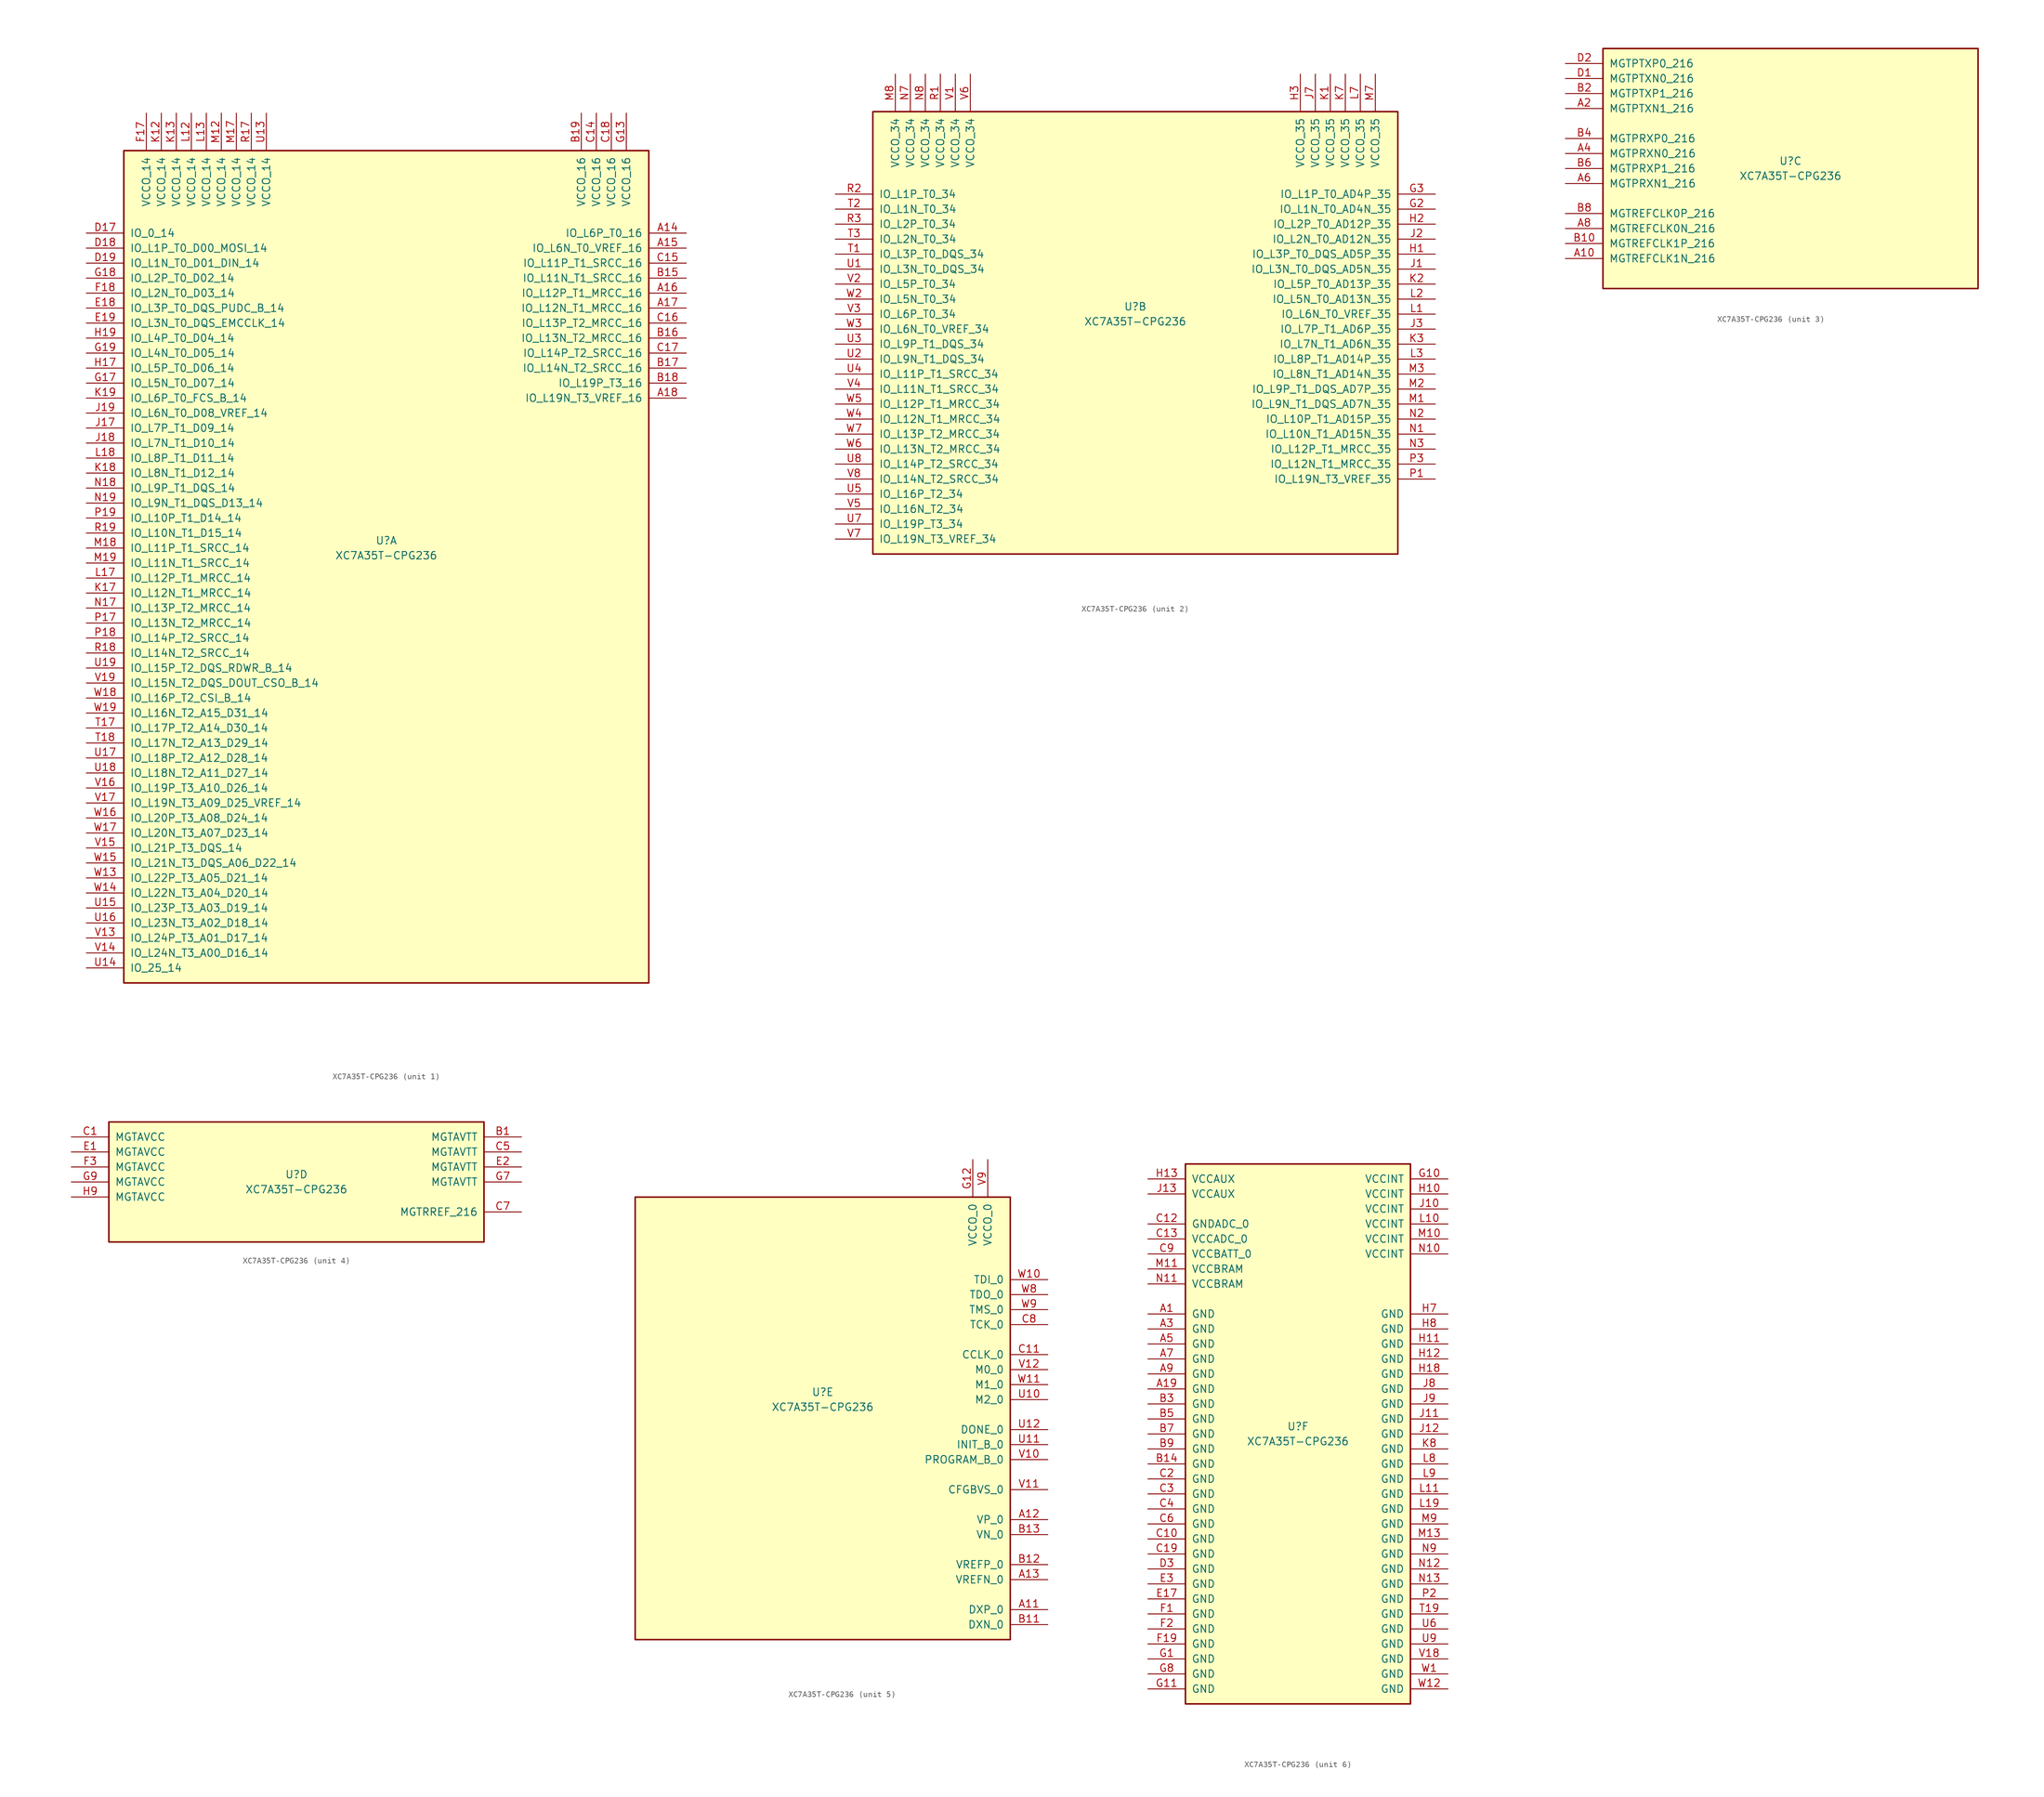
<source format=kicad_sym>
(kicad_symbol_lib
  (version 20231120)
  (generator "kicad_symbol_editor")
  (generator_version "8.0")
  (symbol "XC7A35T-CPG236"
    (pin_names
      (offset 1.016))
    (property "Reference" "U"
      (at 0 1.27 0)
      (effects (font (size 1.27 1.27))))
    (property "Value" "XC7A35T-CPG236"
      (at 0 -1.27 0)
      (effects (font (size 1.27 1.27))))
    (property "Datasheet" ""
      (at 0 0 0)
      (effects (font (size 1.27 1.27))))
    (property "ki_locked" ""
      (at 0 0 0)
      (effects (font (size 1.27 1.27))))
    (symbol "XC7A35T-CPG236_1_1"
      (rectangle (start -44.45 67.31) (end 44.45 -73.66) (stroke (width 0.254) (type default)) (fill (type background)))
      (pin bidirectional line (at 50.8 53.34 180) (length 6.35) (name "IO_L6P_T0_16" (effects (font (size 1.27 1.27)))) (number "A14" (effects (font (size 1.27 1.27)))))
      (pin bidirectional line (at 50.8 50.8 180) (length 6.35) (name "IO_L6N_T0_VREF_16" (effects (font (size 1.27 1.27)))) (number "A15" (effects (font (size 1.27 1.27)))))
      (pin bidirectional line (at 50.8 43.18 180) (length 6.35) (name "IO_L12P_T1_MRCC_16" (effects (font (size 1.27 1.27)))) (number "A16" (effects (font (size 1.27 1.27)))))
      (pin bidirectional line (at 50.8 40.64 180) (length 6.35) (name "IO_L12N_T1_MRCC_16" (effects (font (size 1.27 1.27)))) (number "A17" (effects (font (size 1.27 1.27)))))
      (pin bidirectional line (at 50.8 25.4 180) (length 6.35) (name "IO_L19N_T3_VREF_16" (effects (font (size 1.27 1.27)))) (number "A18" (effects (font (size 1.27 1.27)))))
      (pin bidirectional line (at 50.8 45.72 180) (length 6.35) (name "IO_L11N_T1_SRCC_16" (effects (font (size 1.27 1.27)))) (number "B15" (effects (font (size 1.27 1.27)))))
      (pin bidirectional line (at 50.8 35.56 180) (length 6.35) (name "IO_L13N_T2_MRCC_16" (effects (font (size 1.27 1.27)))) (number "B16" (effects (font (size 1.27 1.27)))))
      (pin bidirectional line (at 50.8 30.48 180) (length 6.35) (name "IO_L14N_T2_SRCC_16" (effects (font (size 1.27 1.27)))) (number "B17" (effects (font (size 1.27 1.27)))))
      (pin bidirectional line (at 50.8 27.94 180) (length 6.35) (name "IO_L19P_T3_16" (effects (font (size 1.27 1.27)))) (number "B18" (effects (font (size 1.27 1.27)))))
      (pin power_in line (at 33.02 73.66 270) (length 6.35) (name "VCCO_16" (effects (font (size 1.27 1.27)))) (number "B19" (effects (font (size 1.27 1.27)))))
      (pin power_in line (at 35.56 73.66 270) (length 6.35) (name "VCCO_16" (effects (font (size 1.27 1.27)))) (number "C14" (effects (font (size 1.27 1.27)))))
      (pin bidirectional line (at 50.8 48.26 180) (length 6.35) (name "IO_L11P_T1_SRCC_16" (effects (font (size 1.27 1.27)))) (number "C15" (effects (font (size 1.27 1.27)))))
      (pin bidirectional line (at 50.8 38.1 180) (length 6.35) (name "IO_L13P_T2_MRCC_16" (effects (font (size 1.27 1.27)))) (number "C16" (effects (font (size 1.27 1.27)))))
      (pin bidirectional line (at 50.8 33.02 180) (length 6.35) (name "IO_L14P_T2_SRCC_16" (effects (font (size 1.27 1.27)))) (number "C17" (effects (font (size 1.27 1.27)))))
      (pin power_in line (at 38.1 73.66 270) (length 6.35) (name "VCCO_16" (effects (font (size 1.27 1.27)))) (number "C18" (effects (font (size 1.27 1.27)))))
      (pin bidirectional line (at -50.8 53.34 0) (length 6.35) (name "IO_0_14" (effects (font (size 1.27 1.27)))) (number "D17" (effects (font (size 1.27 1.27)))))
      (pin bidirectional line (at -50.8 50.8 0) (length 6.35) (name "IO_L1P_T0_D00_MOSI_14" (effects (font (size 1.27 1.27)))) (number "D18" (effects (font (size 1.27 1.27)))))
      (pin bidirectional line (at -50.8 48.26 0) (length 6.35) (name "IO_L1N_T0_D01_DIN_14" (effects (font (size 1.27 1.27)))) (number "D19" (effects (font (size 1.27 1.27)))))
      (pin bidirectional line (at -50.8 40.64 0) (length 6.35) (name "IO_L3P_T0_DQS_PUDC_B_14" (effects (font (size 1.27 1.27)))) (number "E18" (effects (font (size 1.27 1.27)))))
      (pin bidirectional line (at -50.8 38.1 0) (length 6.35) (name "IO_L3N_T0_DQS_EMCCLK_14" (effects (font (size 1.27 1.27)))) (number "E19" (effects (font (size 1.27 1.27)))))
      (pin power_in line (at -40.64 73.66 270) (length 6.35) (name "VCCO_14" (effects (font (size 1.27 1.27)))) (number "F17" (effects (font (size 1.27 1.27)))))
      (pin bidirectional line (at -50.8 43.18 0) (length 6.35) (name "IO_L2N_T0_D03_14" (effects (font (size 1.27 1.27)))) (number "F18" (effects (font (size 1.27 1.27)))))
      (pin power_in line (at 40.64 73.66 270) (length 6.35) (name "VCCO_16" (effects (font (size 1.27 1.27)))) (number "G13" (effects (font (size 1.27 1.27)))))
      (pin bidirectional line (at -50.8 27.94 0) (length 6.35) (name "IO_L5N_T0_D07_14" (effects (font (size 1.27 1.27)))) (number "G17" (effects (font (size 1.27 1.27)))))
      (pin bidirectional line (at -50.8 45.72 0) (length 6.35) (name "IO_L2P_T0_D02_14" (effects (font (size 1.27 1.27)))) (number "G18" (effects (font (size 1.27 1.27)))))
      (pin bidirectional line (at -50.8 33.02 0) (length 6.35) (name "IO_L4N_T0_D05_14" (effects (font (size 1.27 1.27)))) (number "G19" (effects (font (size 1.27 1.27)))))
      (pin bidirectional line (at -50.8 30.48 0) (length 6.35) (name "IO_L5P_T0_D06_14" (effects (font (size 1.27 1.27)))) (number "H17" (effects (font (size 1.27 1.27)))))
      (pin bidirectional line (at -50.8 35.56 0) (length 6.35) (name "IO_L4P_T0_D04_14" (effects (font (size 1.27 1.27)))) (number "H19" (effects (font (size 1.27 1.27)))))
      (pin bidirectional line (at -50.8 20.32 0) (length 6.35) (name "IO_L7P_T1_D09_14" (effects (font (size 1.27 1.27)))) (number "J17" (effects (font (size 1.27 1.27)))))
      (pin bidirectional line (at -50.8 17.78 0) (length 6.35) (name "IO_L7N_T1_D10_14" (effects (font (size 1.27 1.27)))) (number "J18" (effects (font (size 1.27 1.27)))))
      (pin bidirectional line (at -50.8 22.86 0) (length 6.35) (name "IO_L6N_T0_D08_VREF_14" (effects (font (size 1.27 1.27)))) (number "J19" (effects (font (size 1.27 1.27)))))
      (pin power_in line (at -38.1 73.66 270) (length 6.35) (name "VCCO_14" (effects (font (size 1.27 1.27)))) (number "K12" (effects (font (size 1.27 1.27)))))
      (pin power_in line (at -35.56 73.66 270) (length 6.35) (name "VCCO_14" (effects (font (size 1.27 1.27)))) (number "K13" (effects (font (size 1.27 1.27)))))
      (pin bidirectional line (at -50.8 -7.62 0) (length 6.35) (name "IO_L12N_T1_MRCC_14" (effects (font (size 1.27 1.27)))) (number "K17" (effects (font (size 1.27 1.27)))))
      (pin bidirectional line (at -50.8 12.7 0) (length 6.35) (name "IO_L8N_T1_D12_14" (effects (font (size 1.27 1.27)))) (number "K18" (effects (font (size 1.27 1.27)))))
      (pin bidirectional line (at -50.8 25.4 0) (length 6.35) (name "IO_L6P_T0_FCS_B_14" (effects (font (size 1.27 1.27)))) (number "K19" (effects (font (size 1.27 1.27)))))
      (pin power_in line (at -33.02 73.66 270) (length 6.35) (name "VCCO_14" (effects (font (size 1.27 1.27)))) (number "L12" (effects (font (size 1.27 1.27)))))
      (pin power_in line (at -30.48 73.66 270) (length 6.35) (name "VCCO_14" (effects (font (size 1.27 1.27)))) (number "L13" (effects (font (size 1.27 1.27)))))
      (pin bidirectional line (at -50.8 -5.08 0) (length 6.35) (name "IO_L12P_T1_MRCC_14" (effects (font (size 1.27 1.27)))) (number "L17" (effects (font (size 1.27 1.27)))))
      (pin bidirectional line (at -50.8 15.24 0) (length 6.35) (name "IO_L8P_T1_D11_14" (effects (font (size 1.27 1.27)))) (number "L18" (effects (font (size 1.27 1.27)))))
      (pin power_in line (at -27.94 73.66 270) (length 6.35) (name "VCCO_14" (effects (font (size 1.27 1.27)))) (number "M12" (effects (font (size 1.27 1.27)))))
      (pin power_in line (at -25.4 73.66 270) (length 6.35) (name "VCCO_14" (effects (font (size 1.27 1.27)))) (number "M17" (effects (font (size 1.27 1.27)))))
      (pin bidirectional line (at -50.8 0 0) (length 6.35) (name "IO_L11P_T1_SRCC_14" (effects (font (size 1.27 1.27)))) (number "M18" (effects (font (size 1.27 1.27)))))
      (pin bidirectional line (at -50.8 -2.54 0) (length 6.35) (name "IO_L11N_T1_SRCC_14" (effects (font (size 1.27 1.27)))) (number "M19" (effects (font (size 1.27 1.27)))))
      (pin bidirectional line (at -50.8 -10.16 0) (length 6.35) (name "IO_L13P_T2_MRCC_14" (effects (font (size 1.27 1.27)))) (number "N17" (effects (font (size 1.27 1.27)))))
      (pin bidirectional line (at -50.8 10.16 0) (length 6.35) (name "IO_L9P_T1_DQS_14" (effects (font (size 1.27 1.27)))) (number "N18" (effects (font (size 1.27 1.27)))))
      (pin bidirectional line (at -50.8 7.62 0) (length 6.35) (name "IO_L9N_T1_DQS_D13_14" (effects (font (size 1.27 1.27)))) (number "N19" (effects (font (size 1.27 1.27)))))
      (pin bidirectional line (at -50.8 -12.7 0) (length 6.35) (name "IO_L13N_T2_MRCC_14" (effects (font (size 1.27 1.27)))) (number "P17" (effects (font (size 1.27 1.27)))))
      (pin bidirectional line (at -50.8 -15.24 0) (length 6.35) (name "IO_L14P_T2_SRCC_14" (effects (font (size 1.27 1.27)))) (number "P18" (effects (font (size 1.27 1.27)))))
      (pin bidirectional line (at -50.8 5.08 0) (length 6.35) (name "IO_L10P_T1_D14_14" (effects (font (size 1.27 1.27)))) (number "P19" (effects (font (size 1.27 1.27)))))
      (pin power_in line (at -22.86 73.66 270) (length 6.35) (name "VCCO_14" (effects (font (size 1.27 1.27)))) (number "R17" (effects (font (size 1.27 1.27)))))
      (pin bidirectional line (at -50.8 -17.78 0) (length 6.35) (name "IO_L14N_T2_SRCC_14" (effects (font (size 1.27 1.27)))) (number "R18" (effects (font (size 1.27 1.27)))))
      (pin bidirectional line (at -50.8 2.54 0) (length 6.35) (name "IO_L10N_T1_D15_14" (effects (font (size 1.27 1.27)))) (number "R19" (effects (font (size 1.27 1.27)))))
      (pin bidirectional line (at -50.8 -30.48 0) (length 6.35) (name "IO_L17P_T2_A14_D30_14" (effects (font (size 1.27 1.27)))) (number "T17" (effects (font (size 1.27 1.27)))))
      (pin bidirectional line (at -50.8 -33.02 0) (length 6.35) (name "IO_L17N_T2_A13_D29_14" (effects (font (size 1.27 1.27)))) (number "T18" (effects (font (size 1.27 1.27)))))
      (pin power_in line (at -20.32 73.66 270) (length 6.35) (name "VCCO_14" (effects (font (size 1.27 1.27)))) (number "U13" (effects (font (size 1.27 1.27)))))
      (pin bidirectional line (at -50.8 -71.12 0) (length 6.35) (name "IO_25_14" (effects (font (size 1.27 1.27)))) (number "U14" (effects (font (size 1.27 1.27)))))
      (pin bidirectional line (at -50.8 -60.96 0) (length 6.35) (name "IO_L23P_T3_A03_D19_14" (effects (font (size 1.27 1.27)))) (number "U15" (effects (font (size 1.27 1.27)))))
      (pin bidirectional line (at -50.8 -63.5 0) (length 6.35) (name "IO_L23N_T3_A02_D18_14" (effects (font (size 1.27 1.27)))) (number "U16" (effects (font (size 1.27 1.27)))))
      (pin bidirectional line (at -50.8 -35.56 0) (length 6.35) (name "IO_L18P_T2_A12_D28_14" (effects (font (size 1.27 1.27)))) (number "U17" (effects (font (size 1.27 1.27)))))
      (pin bidirectional line (at -50.8 -38.1 0) (length 6.35) (name "IO_L18N_T2_A11_D27_14" (effects (font (size 1.27 1.27)))) (number "U18" (effects (font (size 1.27 1.27)))))
      (pin bidirectional line (at -50.8 -20.32 0) (length 6.35) (name "IO_L15P_T2_DQS_RDWR_B_14" (effects (font (size 1.27 1.27)))) (number "U19" (effects (font (size 1.27 1.27)))))
      (pin bidirectional line (at -50.8 -66.04 0) (length 6.35) (name "IO_L24P_T3_A01_D17_14" (effects (font (size 1.27 1.27)))) (number "V13" (effects (font (size 1.27 1.27)))))
      (pin bidirectional line (at -50.8 -68.58 0) (length 6.35) (name "IO_L24N_T3_A00_D16_14" (effects (font (size 1.27 1.27)))) (number "V14" (effects (font (size 1.27 1.27)))))
      (pin bidirectional line (at -50.8 -50.8 0) (length 6.35) (name "IO_L21P_T3_DQS_14" (effects (font (size 1.27 1.27)))) (number "V15" (effects (font (size 1.27 1.27)))))
      (pin bidirectional line (at -50.8 -40.64 0) (length 6.35) (name "IO_L19P_T3_A10_D26_14" (effects (font (size 1.27 1.27)))) (number "V16" (effects (font (size 1.27 1.27)))))
      (pin bidirectional line (at -50.8 -43.18 0) (length 6.35) (name "IO_L19N_T3_A09_D25_VREF_14" (effects (font (size 1.27 1.27)))) (number "V17" (effects (font (size 1.27 1.27)))))
      (pin bidirectional line (at -50.8 -22.86 0) (length 6.35) (name "IO_L15N_T2_DQS_DOUT_CSO_B_14" (effects (font (size 1.27 1.27)))) (number "V19" (effects (font (size 1.27 1.27)))))
      (pin bidirectional line (at -50.8 -55.88 0) (length 6.35) (name "IO_L22P_T3_A05_D21_14" (effects (font (size 1.27 1.27)))) (number "W13" (effects (font (size 1.27 1.27)))))
      (pin bidirectional line (at -50.8 -58.42 0) (length 6.35) (name "IO_L22N_T3_A04_D20_14" (effects (font (size 1.27 1.27)))) (number "W14" (effects (font (size 1.27 1.27)))))
      (pin bidirectional line (at -50.8 -53.34 0) (length 6.35) (name "IO_L21N_T3_DQS_A06_D22_14" (effects (font (size 1.27 1.27)))) (number "W15" (effects (font (size 1.27 1.27)))))
      (pin bidirectional line (at -50.8 -45.72 0) (length 6.35) (name "IO_L20P_T3_A08_D24_14" (effects (font (size 1.27 1.27)))) (number "W16" (effects (font (size 1.27 1.27)))))
      (pin bidirectional line (at -50.8 -48.26 0) (length 6.35) (name "IO_L20N_T3_A07_D23_14" (effects (font (size 1.27 1.27)))) (number "W17" (effects (font (size 1.27 1.27)))))
      (pin bidirectional line (at -50.8 -25.4 0) (length 6.35) (name "IO_L16P_T2_CSI_B_14" (effects (font (size 1.27 1.27)))) (number "W18" (effects (font (size 1.27 1.27)))))
      (pin bidirectional line (at -50.8 -27.94 0) (length 6.35) (name "IO_L16N_T2_A15_D31_14" (effects (font (size 1.27 1.27)))) (number "W19" (effects (font (size 1.27 1.27))))))
    (symbol "XC7A35T-CPG236_2_1"
      (rectangle (start -44.45 34.29) (end 44.45 -40.64) (stroke (width 0.254) (type default)) (fill (type background)))
      (pin bidirectional line (at 50.8 17.78 180) (length 6.35) (name "IO_L1N_T0_AD4N_35" (effects (font (size 1.27 1.27)))) (number "G2" (effects (font (size 1.27 1.27)))))
      (pin bidirectional line (at 50.8 20.32 180) (length 6.35) (name "IO_L1P_T0_AD4P_35" (effects (font (size 1.27 1.27)))) (number "G3" (effects (font (size 1.27 1.27)))))
      (pin bidirectional line (at 50.8 10.16 180) (length 6.35) (name "IO_L3P_T0_DQS_AD5P_35" (effects (font (size 1.27 1.27)))) (number "H1" (effects (font (size 1.27 1.27)))))
      (pin bidirectional line (at 50.8 15.24 180) (length 6.35) (name "IO_L2P_T0_AD12P_35" (effects (font (size 1.27 1.27)))) (number "H2" (effects (font (size 1.27 1.27)))))
      (pin power_in line (at 27.94 40.64 270) (length 6.35) (name "VCCO_35" (effects (font (size 1.27 1.27)))) (number "H3" (effects (font (size 1.27 1.27)))))
      (pin bidirectional line (at 50.8 7.62 180) (length 6.35) (name "IO_L3N_T0_DQS_AD5N_35" (effects (font (size 1.27 1.27)))) (number "J1" (effects (font (size 1.27 1.27)))))
      (pin bidirectional line (at 50.8 12.7 180) (length 6.35) (name "IO_L2N_T0_AD12N_35" (effects (font (size 1.27 1.27)))) (number "J2" (effects (font (size 1.27 1.27)))))
      (pin bidirectional line (at 50.8 -2.54 180) (length 6.35) (name "IO_L7P_T1_AD6P_35" (effects (font (size 1.27 1.27)))) (number "J3" (effects (font (size 1.27 1.27)))))
      (pin power_in line (at 30.48 40.64 270) (length 6.35) (name "VCCO_35" (effects (font (size 1.27 1.27)))) (number "J7" (effects (font (size 1.27 1.27)))))
      (pin power_in line (at 33.02 40.64 270) (length 6.35) (name "VCCO_35" (effects (font (size 1.27 1.27)))) (number "K1" (effects (font (size 1.27 1.27)))))
      (pin bidirectional line (at 50.8 5.08 180) (length 6.35) (name "IO_L5P_T0_AD13P_35" (effects (font (size 1.27 1.27)))) (number "K2" (effects (font (size 1.27 1.27)))))
      (pin bidirectional line (at 50.8 -5.08 180) (length 6.35) (name "IO_L7N_T1_AD6N_35" (effects (font (size 1.27 1.27)))) (number "K3" (effects (font (size 1.27 1.27)))))
      (pin power_in line (at 35.56 40.64 270) (length 6.35) (name "VCCO_35" (effects (font (size 1.27 1.27)))) (number "K7" (effects (font (size 1.27 1.27)))))
      (pin bidirectional line (at 50.8 0 180) (length 6.35) (name "IO_L6N_T0_VREF_35" (effects (font (size 1.27 1.27)))) (number "L1" (effects (font (size 1.27 1.27)))))
      (pin bidirectional line (at 50.8 2.54 180) (length 6.35) (name "IO_L5N_T0_AD13N_35" (effects (font (size 1.27 1.27)))) (number "L2" (effects (font (size 1.27 1.27)))))
      (pin bidirectional line (at 50.8 -7.62 180) (length 6.35) (name "IO_L8P_T1_AD14P_35" (effects (font (size 1.27 1.27)))) (number "L3" (effects (font (size 1.27 1.27)))))
      (pin power_in line (at 38.1 40.64 270) (length 6.35) (name "VCCO_35" (effects (font (size 1.27 1.27)))) (number "L7" (effects (font (size 1.27 1.27)))))
      (pin bidirectional line (at 50.8 -15.24 180) (length 6.35) (name "IO_L9N_T1_DQS_AD7N_35" (effects (font (size 1.27 1.27)))) (number "M1" (effects (font (size 1.27 1.27)))))
      (pin bidirectional line (at 50.8 -12.7 180) (length 6.35) (name "IO_L9P_T1_DQS_AD7P_35" (effects (font (size 1.27 1.27)))) (number "M2" (effects (font (size 1.27 1.27)))))
      (pin bidirectional line (at 50.8 -10.16 180) (length 6.35) (name "IO_L8N_T1_AD14N_35" (effects (font (size 1.27 1.27)))) (number "M3" (effects (font (size 1.27 1.27)))))
      (pin power_in line (at 40.64 40.64 270) (length 6.35) (name "VCCO_35" (effects (font (size 1.27 1.27)))) (number "M7" (effects (font (size 1.27 1.27)))))
      (pin power_in line (at -40.64 40.64 270) (length 6.35) (name "VCCO_34" (effects (font (size 1.27 1.27)))) (number "M8" (effects (font (size 1.27 1.27)))))
      (pin bidirectional line (at 50.8 -20.32 180) (length 6.35) (name "IO_L10N_T1_AD15N_35" (effects (font (size 1.27 1.27)))) (number "N1" (effects (font (size 1.27 1.27)))))
      (pin bidirectional line (at 50.8 -17.78 180) (length 6.35) (name "IO_L10P_T1_AD15P_35" (effects (font (size 1.27 1.27)))) (number "N2" (effects (font (size 1.27 1.27)))))
      (pin bidirectional line (at 50.8 -22.86 180) (length 6.35) (name "IO_L12P_T1_MRCC_35" (effects (font (size 1.27 1.27)))) (number "N3" (effects (font (size 1.27 1.27)))))
      (pin power_in line (at -38.1 40.64 270) (length 6.35) (name "VCCO_34" (effects (font (size 1.27 1.27)))) (number "N7" (effects (font (size 1.27 1.27)))))
      (pin power_in line (at -35.56 40.64 270) (length 6.35) (name "VCCO_34" (effects (font (size 1.27 1.27)))) (number "N8" (effects (font (size 1.27 1.27)))))
      (pin bidirectional line (at 50.8 -27.94 180) (length 6.35) (name "IO_L19N_T3_VREF_35" (effects (font (size 1.27 1.27)))) (number "P1" (effects (font (size 1.27 1.27)))))
      (pin bidirectional line (at 50.8 -25.4 180) (length 6.35) (name "IO_L12N_T1_MRCC_35" (effects (font (size 1.27 1.27)))) (number "P3" (effects (font (size 1.27 1.27)))))
      (pin power_in line (at -33.02 40.64 270) (length 6.35) (name "VCCO_34" (effects (font (size 1.27 1.27)))) (number "R1" (effects (font (size 1.27 1.27)))))
      (pin bidirectional line (at -50.8 20.32 0) (length 6.35) (name "IO_L1P_T0_34" (effects (font (size 1.27 1.27)))) (number "R2" (effects (font (size 1.27 1.27)))))
      (pin bidirectional line (at -50.8 15.24 0) (length 6.35) (name "IO_L2P_T0_34" (effects (font (size 1.27 1.27)))) (number "R3" (effects (font (size 1.27 1.27)))))
      (pin bidirectional line (at -50.8 10.16 0) (length 6.35) (name "IO_L3P_T0_DQS_34" (effects (font (size 1.27 1.27)))) (number "T1" (effects (font (size 1.27 1.27)))))
      (pin bidirectional line (at -50.8 17.78 0) (length 6.35) (name "IO_L1N_T0_34" (effects (font (size 1.27 1.27)))) (number "T2" (effects (font (size 1.27 1.27)))))
      (pin bidirectional line (at -50.8 12.7 0) (length 6.35) (name "IO_L2N_T0_34" (effects (font (size 1.27 1.27)))) (number "T3" (effects (font (size 1.27 1.27)))))
      (pin bidirectional line (at -50.8 7.62 0) (length 6.35) (name "IO_L3N_T0_DQS_34" (effects (font (size 1.27 1.27)))) (number "U1" (effects (font (size 1.27 1.27)))))
      (pin bidirectional line (at -50.8 -7.62 0) (length 6.35) (name "IO_L9N_T1_DQS_34" (effects (font (size 1.27 1.27)))) (number "U2" (effects (font (size 1.27 1.27)))))
      (pin bidirectional line (at -50.8 -5.08 0) (length 6.35) (name "IO_L9P_T1_DQS_34" (effects (font (size 1.27 1.27)))) (number "U3" (effects (font (size 1.27 1.27)))))
      (pin bidirectional line (at -50.8 -10.16 0) (length 6.35) (name "IO_L11P_T1_SRCC_34" (effects (font (size 1.27 1.27)))) (number "U4" (effects (font (size 1.27 1.27)))))
      (pin bidirectional line (at -50.8 -30.48 0) (length 6.35) (name "IO_L16P_T2_34" (effects (font (size 1.27 1.27)))) (number "U5" (effects (font (size 1.27 1.27)))))
      (pin bidirectional line (at -50.8 -35.56 0) (length 6.35) (name "IO_L19P_T3_34" (effects (font (size 1.27 1.27)))) (number "U7" (effects (font (size 1.27 1.27)))))
      (pin bidirectional line (at -50.8 -25.4 0) (length 6.35) (name "IO_L14P_T2_SRCC_34" (effects (font (size 1.27 1.27)))) (number "U8" (effects (font (size 1.27 1.27)))))
      (pin power_in line (at -30.48 40.64 270) (length 6.35) (name "VCCO_34" (effects (font (size 1.27 1.27)))) (number "V1" (effects (font (size 1.27 1.27)))))
      (pin bidirectional line (at -50.8 5.08 0) (length 6.35) (name "IO_L5P_T0_34" (effects (font (size 1.27 1.27)))) (number "V2" (effects (font (size 1.27 1.27)))))
      (pin bidirectional line (at -50.8 0 0) (length 6.35) (name "IO_L6P_T0_34" (effects (font (size 1.27 1.27)))) (number "V3" (effects (font (size 1.27 1.27)))))
      (pin bidirectional line (at -50.8 -12.7 0) (length 6.35) (name "IO_L11N_T1_SRCC_34" (effects (font (size 1.27 1.27)))) (number "V4" (effects (font (size 1.27 1.27)))))
      (pin bidirectional line (at -50.8 -33.02 0) (length 6.35) (name "IO_L16N_T2_34" (effects (font (size 1.27 1.27)))) (number "V5" (effects (font (size 1.27 1.27)))))
      (pin power_in line (at -27.94 40.64 270) (length 6.35) (name "VCCO_34" (effects (font (size 1.27 1.27)))) (number "V6" (effects (font (size 1.27 1.27)))))
      (pin bidirectional line (at -50.8 -38.1 0) (length 6.35) (name "IO_L19N_T3_VREF_34" (effects (font (size 1.27 1.27)))) (number "V7" (effects (font (size 1.27 1.27)))))
      (pin bidirectional line (at -50.8 -27.94 0) (length 6.35) (name "IO_L14N_T2_SRCC_34" (effects (font (size 1.27 1.27)))) (number "V8" (effects (font (size 1.27 1.27)))))
      (pin bidirectional line (at -50.8 2.54 0) (length 6.35) (name "IO_L5N_T0_34" (effects (font (size 1.27 1.27)))) (number "W2" (effects (font (size 1.27 1.27)))))
      (pin bidirectional line (at -50.8 -2.54 0) (length 6.35) (name "IO_L6N_T0_VREF_34" (effects (font (size 1.27 1.27)))) (number "W3" (effects (font (size 1.27 1.27)))))
      (pin bidirectional line (at -50.8 -17.78 0) (length 6.35) (name "IO_L12N_T1_MRCC_34" (effects (font (size 1.27 1.27)))) (number "W4" (effects (font (size 1.27 1.27)))))
      (pin bidirectional line (at -50.8 -15.24 0) (length 6.35) (name "IO_L12P_T1_MRCC_34" (effects (font (size 1.27 1.27)))) (number "W5" (effects (font (size 1.27 1.27)))))
      (pin bidirectional line (at -50.8 -22.86 0) (length 6.35) (name "IO_L13N_T2_MRCC_34" (effects (font (size 1.27 1.27)))) (number "W6" (effects (font (size 1.27 1.27)))))
      (pin bidirectional line (at -50.8 -20.32 0) (length 6.35) (name "IO_L13P_T2_MRCC_34" (effects (font (size 1.27 1.27)))) (number "W7" (effects (font (size 1.27 1.27))))))
    (symbol "XC7A35T-CPG236_3_1"
      (rectangle (start -31.75 20.32) (end 31.75 -20.32) (stroke (width 0.254) (type default)) (fill (type background)))
      (pin bidirectional line (at -38.1 -15.24 0) (length 6.35) (name "MGTREFCLK1N_216" (effects (font (size 1.27 1.27)))) (number "A10" (effects (font (size 1.27 1.27)))))
      (pin bidirectional line (at -38.1 10.16 0) (length 6.35) (name "MGTPTXN1_216" (effects (font (size 1.27 1.27)))) (number "A2" (effects (font (size 1.27 1.27)))))
      (pin bidirectional line (at -38.1 2.54 0) (length 6.35) (name "MGTPRXN0_216" (effects (font (size 1.27 1.27)))) (number "A4" (effects (font (size 1.27 1.27)))))
      (pin bidirectional line (at -38.1 -2.54 0) (length 6.35) (name "MGTPRXN1_216" (effects (font (size 1.27 1.27)))) (number "A6" (effects (font (size 1.27 1.27)))))
      (pin bidirectional line (at -38.1 -10.16 0) (length 6.35) (name "MGTREFCLK0N_216" (effects (font (size 1.27 1.27)))) (number "A8" (effects (font (size 1.27 1.27)))))
      (pin bidirectional line (at -38.1 -12.7 0) (length 6.35) (name "MGTREFCLK1P_216" (effects (font (size 1.27 1.27)))) (number "B10" (effects (font (size 1.27 1.27)))))
      (pin bidirectional line (at -38.1 12.7 0) (length 6.35) (name "MGTPTXP1_216" (effects (font (size 1.27 1.27)))) (number "B2" (effects (font (size 1.27 1.27)))))
      (pin bidirectional line (at -38.1 5.08 0) (length 6.35) (name "MGTPRXP0_216" (effects (font (size 1.27 1.27)))) (number "B4" (effects (font (size 1.27 1.27)))))
      (pin bidirectional line (at -38.1 0 0) (length 6.35) (name "MGTPRXP1_216" (effects (font (size 1.27 1.27)))) (number "B6" (effects (font (size 1.27 1.27)))))
      (pin bidirectional line (at -38.1 -7.62 0) (length 6.35) (name "MGTREFCLK0P_216" (effects (font (size 1.27 1.27)))) (number "B8" (effects (font (size 1.27 1.27)))))
      (pin bidirectional line (at -38.1 15.24 0) (length 6.35) (name "MGTPTXN0_216" (effects (font (size 1.27 1.27)))) (number "D1" (effects (font (size 1.27 1.27)))))
      (pin bidirectional line (at -38.1 17.78 0) (length 6.35) (name "MGTPTXP0_216" (effects (font (size 1.27 1.27)))) (number "D2" (effects (font (size 1.27 1.27))))))
    (symbol "XC7A35T-CPG236_4_1"
      (rectangle (start -31.75 10.16) (end 31.75 -10.16) (stroke (width 0.254) (type default)) (fill (type background)))
      (pin power_in line (at 38.1 7.62 180) (length 6.35) (name "MGTAVTT" (effects (font (size 1.27 1.27)))) (number "B1" (effects (font (size 1.27 1.27)))))
      (pin power_in line (at -38.1 7.62 0) (length 6.35) (name "MGTAVCC" (effects (font (size 1.27 1.27)))) (number "C1" (effects (font (size 1.27 1.27)))))
      (pin power_in line (at 38.1 5.08 180) (length 6.35) (name "MGTAVTT" (effects (font (size 1.27 1.27)))) (number "C5" (effects (font (size 1.27 1.27)))))
      (pin power_in line (at 38.1 -5.08 180) (length 6.35) (name "MGTRREF_216" (effects (font (size 1.27 1.27)))) (number "C7" (effects (font (size 1.27 1.27)))))
      (pin power_in line (at -38.1 5.08 0) (length 6.35) (name "MGTAVCC" (effects (font (size 1.27 1.27)))) (number "E1" (effects (font (size 1.27 1.27)))))
      (pin power_in line (at 38.1 2.54 180) (length 6.35) (name "MGTAVTT" (effects (font (size 1.27 1.27)))) (number "E2" (effects (font (size 1.27 1.27)))))
      (pin power_in line (at -38.1 2.54 0) (length 6.35) (name "MGTAVCC" (effects (font (size 1.27 1.27)))) (number "F3" (effects (font (size 1.27 1.27)))))
      (pin power_in line (at 38.1 0 180) (length 6.35) (name "MGTAVTT" (effects (font (size 1.27 1.27)))) (number "G7" (effects (font (size 1.27 1.27)))))
      (pin power_in line (at -38.1 0 0) (length 6.35) (name "MGTAVCC" (effects (font (size 1.27 1.27)))) (number "G9" (effects (font (size 1.27 1.27)))))
      (pin power_in line (at -38.1 -2.54 0) (length 6.35) (name "MGTAVCC" (effects (font (size 1.27 1.27)))) (number "H9" (effects (font (size 1.27 1.27))))))
    (symbol "XC7A35T-CPG236_5_1"
      (rectangle (start -31.75 34.29) (end 31.75 -40.64) (stroke (width 0.254) (type default)) (fill (type background)))
      (pin bidirectional line (at 38.1 -35.56 180) (length 6.35) (name "DXP_0" (effects (font (size 1.27 1.27)))) (number "A11" (effects (font (size 1.27 1.27)))))
      (pin bidirectional line (at 38.1 -20.32 180) (length 6.35) (name "VP_0" (effects (font (size 1.27 1.27)))) (number "A12" (effects (font (size 1.27 1.27)))))
      (pin bidirectional line (at 38.1 -30.48 180) (length 6.35) (name "VREFN_0" (effects (font (size 1.27 1.27)))) (number "A13" (effects (font (size 1.27 1.27)))))
      (pin bidirectional line (at 38.1 -38.1 180) (length 6.35) (name "DXN_0" (effects (font (size 1.27 1.27)))) (number "B11" (effects (font (size 1.27 1.27)))))
      (pin bidirectional line (at 38.1 -27.94 180) (length 6.35) (name "VREFP_0" (effects (font (size 1.27 1.27)))) (number "B12" (effects (font (size 1.27 1.27)))))
      (pin bidirectional line (at 38.1 -22.86 180) (length 6.35) (name "VN_0" (effects (font (size 1.27 1.27)))) (number "B13" (effects (font (size 1.27 1.27)))))
      (pin bidirectional line (at 38.1 7.62 180) (length 6.35) (name "CCLK_0" (effects (font (size 1.27 1.27)))) (number "C11" (effects (font (size 1.27 1.27)))))
      (pin bidirectional line (at 38.1 12.7 180) (length 6.35) (name "TCK_0" (effects (font (size 1.27 1.27)))) (number "C8" (effects (font (size 1.27 1.27)))))
      (pin power_in line (at 25.4 40.64 270) (length 6.35) (name "VCCO_0" (effects (font (size 1.27 1.27)))) (number "G12" (effects (font (size 1.27 1.27)))))
      (pin bidirectional line (at 38.1 0 180) (length 6.35) (name "M2_0" (effects (font (size 1.27 1.27)))) (number "U10" (effects (font (size 1.27 1.27)))))
      (pin bidirectional line (at 38.1 -7.62 180) (length 6.35) (name "INIT_B_0" (effects (font (size 1.27 1.27)))) (number "U11" (effects (font (size 1.27 1.27)))))
      (pin bidirectional line (at 38.1 -5.08 180) (length 6.35) (name "DONE_0" (effects (font (size 1.27 1.27)))) (number "U12" (effects (font (size 1.27 1.27)))))
      (pin bidirectional line (at 38.1 -10.16 180) (length 6.35) (name "PROGRAM_B_0" (effects (font (size 1.27 1.27)))) (number "V10" (effects (font (size 1.27 1.27)))))
      (pin bidirectional line (at 38.1 -15.24 180) (length 6.35) (name "CFGBVS_0" (effects (font (size 1.27 1.27)))) (number "V11" (effects (font (size 1.27 1.27)))))
      (pin bidirectional line (at 38.1 5.08 180) (length 6.35) (name "M0_0" (effects (font (size 1.27 1.27)))) (number "V12" (effects (font (size 1.27 1.27)))))
      (pin power_in line (at 27.94 40.64 270) (length 6.35) (name "VCCO_0" (effects (font (size 1.27 1.27)))) (number "V9" (effects (font (size 1.27 1.27)))))
      (pin bidirectional line (at 38.1 20.32 180) (length 6.35) (name "TDI_0" (effects (font (size 1.27 1.27)))) (number "W10" (effects (font (size 1.27 1.27)))))
      (pin bidirectional line (at 38.1 2.54 180) (length 6.35) (name "M1_0" (effects (font (size 1.27 1.27)))) (number "W11" (effects (font (size 1.27 1.27)))))
      (pin bidirectional line (at 38.1 17.78 180) (length 6.35) (name "TDO_0" (effects (font (size 1.27 1.27)))) (number "W8" (effects (font (size 1.27 1.27)))))
      (pin bidirectional line (at 38.1 15.24 180) (length 6.35) (name "TMS_0" (effects (font (size 1.27 1.27)))) (number "W9" (effects (font (size 1.27 1.27))))))
    (symbol "XC7A35T-CPG236_6_1"
      (rectangle (start -19.05 45.72) (end 19.05 -45.72) (stroke (width 0.254) (type default)) (fill (type background)))
      (pin power_in line (at -25.4 20.32 0) (length 6.35) (name "GND" (effects (font (size 1.27 1.27)))) (number "A1" (effects (font (size 1.27 1.27)))))
      (pin power_in line (at -25.4 7.62 0) (length 6.35) (name "GND" (effects (font (size 1.27 1.27)))) (number "A19" (effects (font (size 1.27 1.27)))))
      (pin power_in line (at -25.4 17.78 0) (length 6.35) (name "GND" (effects (font (size 1.27 1.27)))) (number "A3" (effects (font (size 1.27 1.27)))))
      (pin power_in line (at -25.4 15.24 0) (length 6.35) (name "GND" (effects (font (size 1.27 1.27)))) (number "A5" (effects (font (size 1.27 1.27)))))
      (pin power_in line (at -25.4 12.7 0) (length 6.35) (name "GND" (effects (font (size 1.27 1.27)))) (number "A7" (effects (font (size 1.27 1.27)))))
      (pin power_in line (at -25.4 10.16 0) (length 6.35) (name "GND" (effects (font (size 1.27 1.27)))) (number "A9" (effects (font (size 1.27 1.27)))))
      (pin power_in line (at -25.4 -5.08 0) (length 6.35) (name "GND" (effects (font (size 1.27 1.27)))) (number "B14" (effects (font (size 1.27 1.27)))))
      (pin power_in line (at -25.4 5.08 0) (length 6.35) (name "GND" (effects (font (size 1.27 1.27)))) (number "B3" (effects (font (size 1.27 1.27)))))
      (pin power_in line (at -25.4 2.54 0) (length 6.35) (name "GND" (effects (font (size 1.27 1.27)))) (number "B5" (effects (font (size 1.27 1.27)))))
      (pin power_in line (at -25.4 0 0) (length 6.35) (name "GND" (effects (font (size 1.27 1.27)))) (number "B7" (effects (font (size 1.27 1.27)))))
      (pin power_in line (at -25.4 -2.54 0) (length 6.35) (name "GND" (effects (font (size 1.27 1.27)))) (number "B9" (effects (font (size 1.27 1.27)))))
      (pin power_in line (at -25.4 -17.78 0) (length 6.35) (name "GND" (effects (font (size 1.27 1.27)))) (number "C10" (effects (font (size 1.27 1.27)))))
      (pin power_in line (at -25.4 35.56 0) (length 6.35) (name "GNDADC_0" (effects (font (size 1.27 1.27)))) (number "C12" (effects (font (size 1.27 1.27)))))
      (pin power_in line (at -25.4 33.02 0) (length 6.35) (name "VCCADC_0" (effects (font (size 1.27 1.27)))) (number "C13" (effects (font (size 1.27 1.27)))))
      (pin power_in line (at -25.4 -20.32 0) (length 6.35) (name "GND" (effects (font (size 1.27 1.27)))) (number "C19" (effects (font (size 1.27 1.27)))))
      (pin power_in line (at -25.4 -7.62 0) (length 6.35) (name "GND" (effects (font (size 1.27 1.27)))) (number "C2" (effects (font (size 1.27 1.27)))))
      (pin power_in line (at -25.4 -10.16 0) (length 6.35) (name "GND" (effects (font (size 1.27 1.27)))) (number "C3" (effects (font (size 1.27 1.27)))))
      (pin power_in line (at -25.4 -12.7 0) (length 6.35) (name "GND" (effects (font (size 1.27 1.27)))) (number "C4" (effects (font (size 1.27 1.27)))))
      (pin power_in line (at -25.4 -15.24 0) (length 6.35) (name "GND" (effects (font (size 1.27 1.27)))) (number "C6" (effects (font (size 1.27 1.27)))))
      (pin power_in line (at -25.4 30.48 0) (length 6.35) (name "VCCBATT_0" (effects (font (size 1.27 1.27)))) (number "C9" (effects (font (size 1.27 1.27)))))
      (pin power_in line (at -25.4 -22.86 0) (length 6.35) (name "GND" (effects (font (size 1.27 1.27)))) (number "D3" (effects (font (size 1.27 1.27)))))
      (pin power_in line (at -25.4 -27.94 0) (length 6.35) (name "GND" (effects (font (size 1.27 1.27)))) (number "E17" (effects (font (size 1.27 1.27)))))
      (pin power_in line (at -25.4 -25.4 0) (length 6.35) (name "GND" (effects (font (size 1.27 1.27)))) (number "E3" (effects (font (size 1.27 1.27)))))
      (pin power_in line (at -25.4 -30.48 0) (length 6.35) (name "GND" (effects (font (size 1.27 1.27)))) (number "F1" (effects (font (size 1.27 1.27)))))
      (pin power_in line (at -25.4 -35.56 0) (length 6.35) (name "GND" (effects (font (size 1.27 1.27)))) (number "F19" (effects (font (size 1.27 1.27)))))
      (pin power_in line (at -25.4 -33.02 0) (length 6.35) (name "GND" (effects (font (size 1.27 1.27)))) (number "F2" (effects (font (size 1.27 1.27)))))
      (pin power_in line (at -25.4 -38.1 0) (length 6.35) (name "GND" (effects (font (size 1.27 1.27)))) (number "G1" (effects (font (size 1.27 1.27)))))
      (pin power_in line (at 25.4 43.18 180) (length 6.35) (name "VCCINT" (effects (font (size 1.27 1.27)))) (number "G10" (effects (font (size 1.27 1.27)))))
      (pin power_in line (at -25.4 -43.18 0) (length 6.35) (name "GND" (effects (font (size 1.27 1.27)))) (number "G11" (effects (font (size 1.27 1.27)))))
      (pin power_in line (at -25.4 -40.64 0) (length 6.35) (name "GND" (effects (font (size 1.27 1.27)))) (number "G8" (effects (font (size 1.27 1.27)))))
      (pin power_in line (at 25.4 40.64 180) (length 6.35) (name "VCCINT" (effects (font (size 1.27 1.27)))) (number "H10" (effects (font (size 1.27 1.27)))))
      (pin power_in line (at 25.4 15.24 180) (length 6.35) (name "GND" (effects (font (size 1.27 1.27)))) (number "H11" (effects (font (size 1.27 1.27)))))
      (pin power_in line (at 25.4 12.7 180) (length 6.35) (name "GND" (effects (font (size 1.27 1.27)))) (number "H12" (effects (font (size 1.27 1.27)))))
      (pin power_in line (at -25.4 43.18 0) (length 6.35) (name "VCCAUX" (effects (font (size 1.27 1.27)))) (number "H13" (effects (font (size 1.27 1.27)))))
      (pin power_in line (at 25.4 10.16 180) (length 6.35) (name "GND" (effects (font (size 1.27 1.27)))) (number "H18" (effects (font (size 1.27 1.27)))))
      (pin power_in line (at 25.4 20.32 180) (length 6.35) (name "GND" (effects (font (size 1.27 1.27)))) (number "H7" (effects (font (size 1.27 1.27)))))
      (pin power_in line (at 25.4 17.78 180) (length 6.35) (name "GND" (effects (font (size 1.27 1.27)))) (number "H8" (effects (font (size 1.27 1.27)))))
      (pin power_in line (at 25.4 38.1 180) (length 6.35) (name "VCCINT" (effects (font (size 1.27 1.27)))) (number "J10" (effects (font (size 1.27 1.27)))))
      (pin power_in line (at 25.4 2.54 180) (length 6.35) (name "GND" (effects (font (size 1.27 1.27)))) (number "J11" (effects (font (size 1.27 1.27)))))
      (pin power_in line (at 25.4 0 180) (length 6.35) (name "GND" (effects (font (size 1.27 1.27)))) (number "J12" (effects (font (size 1.27 1.27)))))
      (pin power_in line (at -25.4 40.64 0) (length 6.35) (name "VCCAUX" (effects (font (size 1.27 1.27)))) (number "J13" (effects (font (size 1.27 1.27)))))
      (pin power_in line (at 25.4 7.62 180) (length 6.35) (name "GND" (effects (font (size 1.27 1.27)))) (number "J8" (effects (font (size 1.27 1.27)))))
      (pin power_in line (at 25.4 5.08 180) (length 6.35) (name "GND" (effects (font (size 1.27 1.27)))) (number "J9" (effects (font (size 1.27 1.27)))))
      (pin power_in line (at 25.4 -2.54 180) (length 6.35) (name "GND" (effects (font (size 1.27 1.27)))) (number "K8" (effects (font (size 1.27 1.27)))))
      (pin power_in line (at 25.4 35.56 180) (length 6.35) (name "VCCINT" (effects (font (size 1.27 1.27)))) (number "L10" (effects (font (size 1.27 1.27)))))
      (pin power_in line (at 25.4 -10.16 180) (length 6.35) (name "GND" (effects (font (size 1.27 1.27)))) (number "L11" (effects (font (size 1.27 1.27)))))
      (pin power_in line (at 25.4 -12.7 180) (length 6.35) (name "GND" (effects (font (size 1.27 1.27)))) (number "L19" (effects (font (size 1.27 1.27)))))
      (pin power_in line (at 25.4 -5.08 180) (length 6.35) (name "GND" (effects (font (size 1.27 1.27)))) (number "L8" (effects (font (size 1.27 1.27)))))
      (pin power_in line (at 25.4 -7.62 180) (length 6.35) (name "GND" (effects (font (size 1.27 1.27)))) (number "L9" (effects (font (size 1.27 1.27)))))
      (pin power_in line (at 25.4 33.02 180) (length 6.35) (name "VCCINT" (effects (font (size 1.27 1.27)))) (number "M10" (effects (font (size 1.27 1.27)))))
      (pin power_in line (at -25.4 27.94 0) (length 6.35) (name "VCCBRAM" (effects (font (size 1.27 1.27)))) (number "M11" (effects (font (size 1.27 1.27)))))
      (pin power_in line (at 25.4 -17.78 180) (length 6.35) (name "GND" (effects (font (size 1.27 1.27)))) (number "M13" (effects (font (size 1.27 1.27)))))
      (pin power_in line (at 25.4 -15.24 180) (length 6.35) (name "GND" (effects (font (size 1.27 1.27)))) (number "M9" (effects (font (size 1.27 1.27)))))
      (pin power_in line (at 25.4 30.48 180) (length 6.35) (name "VCCINT" (effects (font (size 1.27 1.27)))) (number "N10" (effects (font (size 1.27 1.27)))))
      (pin power_in line (at -25.4 25.4 0) (length 6.35) (name "VCCBRAM" (effects (font (size 1.27 1.27)))) (number "N11" (effects (font (size 1.27 1.27)))))
      (pin power_in line (at 25.4 -22.86 180) (length 6.35) (name "GND" (effects (font (size 1.27 1.27)))) (number "N12" (effects (font (size 1.27 1.27)))))
      (pin power_in line (at 25.4 -25.4 180) (length 6.35) (name "GND" (effects (font (size 1.27 1.27)))) (number "N13" (effects (font (size 1.27 1.27)))))
      (pin power_in line (at 25.4 -20.32 180) (length 6.35) (name "GND" (effects (font (size 1.27 1.27)))) (number "N9" (effects (font (size 1.27 1.27)))))
      (pin power_in line (at 25.4 -27.94 180) (length 6.35) (name "GND" (effects (font (size 1.27 1.27)))) (number "P2" (effects (font (size 1.27 1.27)))))
      (pin power_in line (at 25.4 -30.48 180) (length 6.35) (name "GND" (effects (font (size 1.27 1.27)))) (number "T19" (effects (font (size 1.27 1.27)))))
      (pin power_in line (at 25.4 -33.02 180) (length 6.35) (name "GND" (effects (font (size 1.27 1.27)))) (number "U6" (effects (font (size 1.27 1.27)))))
      (pin power_in line (at 25.4 -35.56 180) (length 6.35) (name "GND" (effects (font (size 1.27 1.27)))) (number "U9" (effects (font (size 1.27 1.27)))))
      (pin power_in line (at 25.4 -38.1 180) (length 6.35) (name "GND" (effects (font (size 1.27 1.27)))) (number "V18" (effects (font (size 1.27 1.27)))))
      (pin power_in line (at 25.4 -40.64 180) (length 6.35) (name "GND" (effects (font (size 1.27 1.27)))) (number "W1" (effects (font (size 1.27 1.27)))))
      (pin power_in line (at 25.4 -43.18 180) (length 6.35) (name "GND" (effects (font (size 1.27 1.27)))) (number "W12" (effects (font (size 1.27 1.27))))))))
</source>
